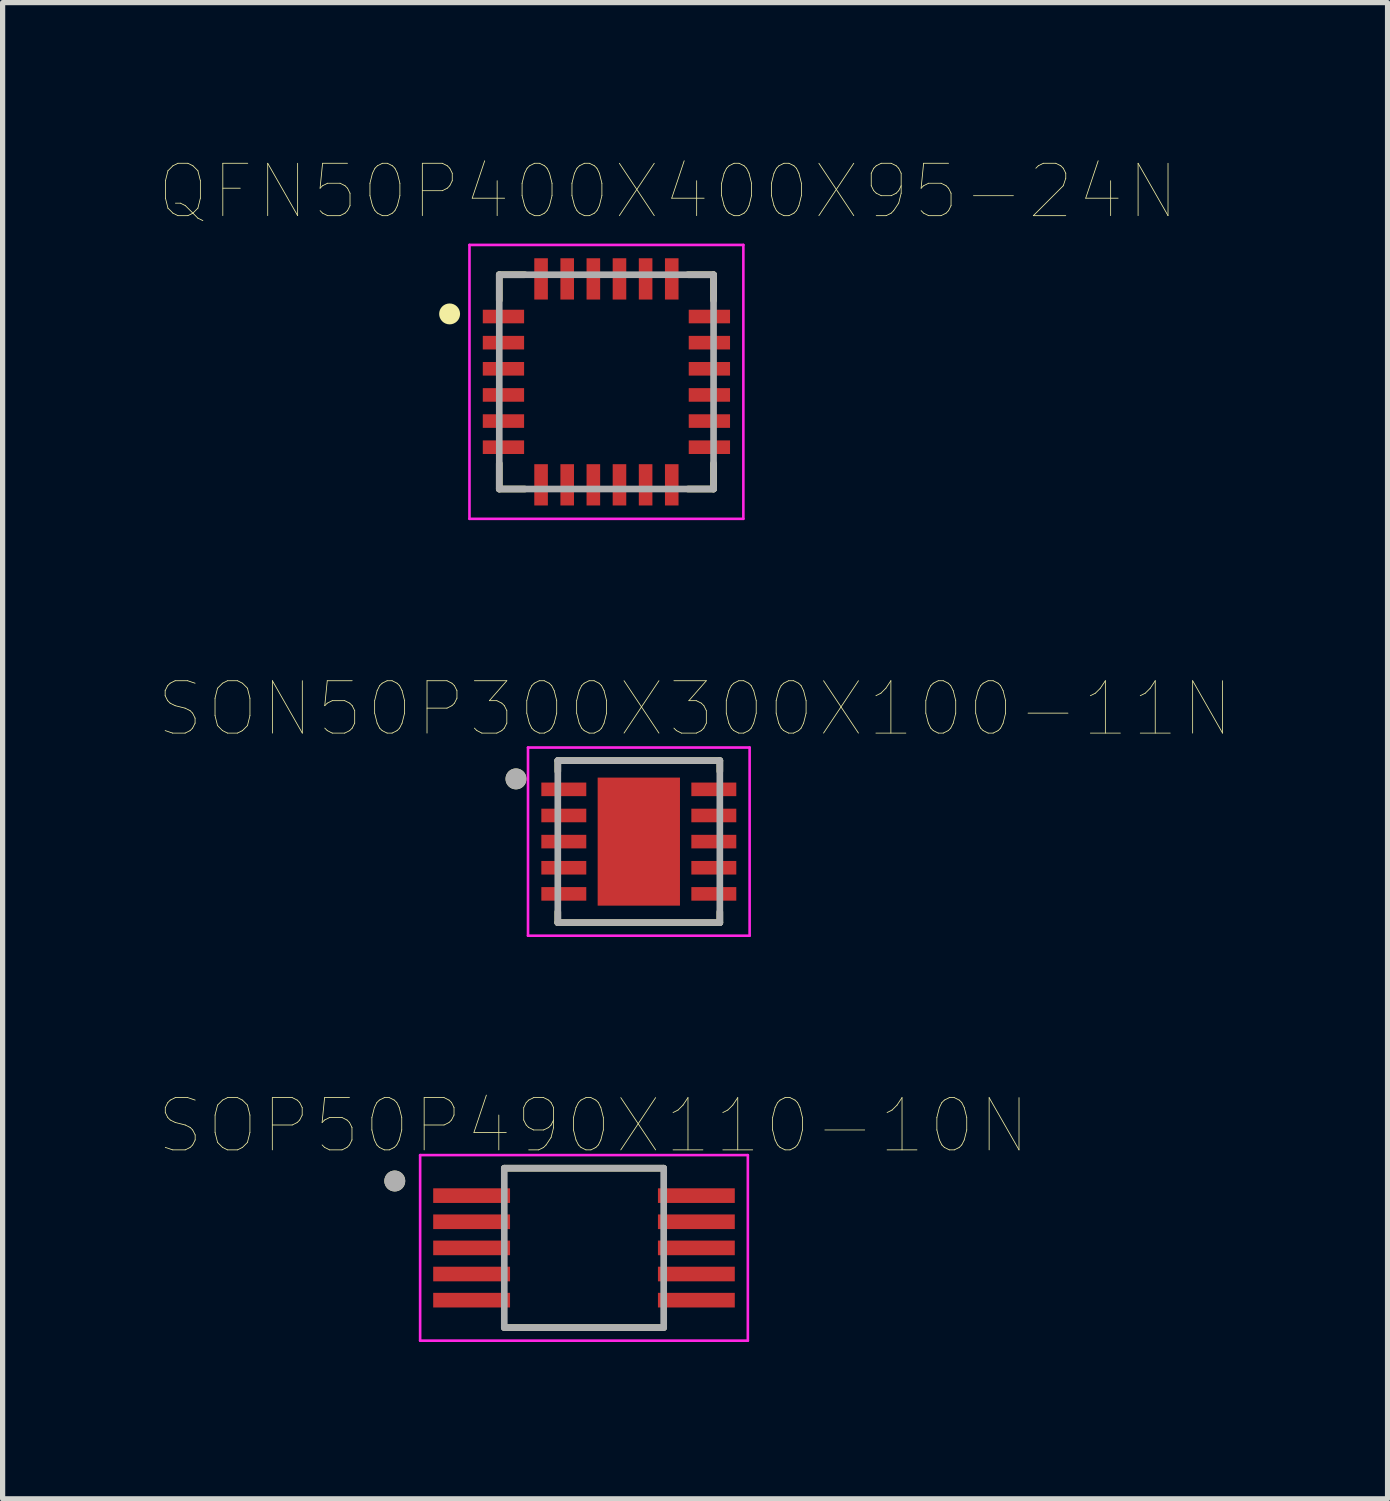
<source format=kicad_pcb>
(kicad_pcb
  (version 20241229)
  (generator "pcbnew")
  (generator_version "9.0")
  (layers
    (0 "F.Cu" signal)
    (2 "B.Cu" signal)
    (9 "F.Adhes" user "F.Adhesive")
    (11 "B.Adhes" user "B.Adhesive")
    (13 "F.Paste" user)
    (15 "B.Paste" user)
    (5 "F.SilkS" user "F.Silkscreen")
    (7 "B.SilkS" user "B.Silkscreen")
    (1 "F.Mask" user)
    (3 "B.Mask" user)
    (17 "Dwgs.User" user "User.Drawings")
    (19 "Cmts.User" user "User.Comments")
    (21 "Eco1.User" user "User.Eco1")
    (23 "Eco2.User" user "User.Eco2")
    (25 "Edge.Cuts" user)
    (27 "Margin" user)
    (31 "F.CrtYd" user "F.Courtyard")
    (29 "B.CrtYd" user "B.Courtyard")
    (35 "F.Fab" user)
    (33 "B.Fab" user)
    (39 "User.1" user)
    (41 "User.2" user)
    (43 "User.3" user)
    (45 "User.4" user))
  (footprint "QFN50P400X400X95-24N"
    (layer "F.Cu")
    (at 8.552 4.256)
    (property "Reference" "QFN50P400X400X95-24N" (at 1.178 -3.643 0) (layer "F.SilkS") (effects (font (size 1.002 1.002) (thickness 0.015))))
    (attr through_hole)
    (fp_line (start -2.05 -1.56) (end -2.05 -2.05) (stroke (width 0.127) (type solid)) (layer "F.SilkS"))
    (fp_line (start -2.05 2.05) (end -2.05 1.56) (stroke (width 0.127) (type solid)) (layer "F.SilkS"))
    (fp_line (start -1.56 -2.05) (end -2.05 -2.05) (stroke (width 0.127) (type solid)) (layer "F.SilkS"))
    (fp_line (start -1.56 2.05) (end -2.05 2.05) (stroke (width 0.127) (type solid)) (layer "F.SilkS"))
    (fp_line (start 1.56 -2.05) (end 2.05 -2.05) (stroke (width 0.127) (type solid)) (layer "F.SilkS"))
    (fp_line (start 2.05 -2.05) (end 2.05 -1.56) (stroke (width 0.127) (type solid)) (layer "F.SilkS"))
    (fp_line (start 2.05 1.56) (end 2.05 2.05) (stroke (width 0.127) (type solid)) (layer "F.SilkS"))
    (fp_line (start 2.05 2.05) (end 1.56 2.05) (stroke (width 0.127) (type solid)) (layer "F.SilkS"))
    (fp_circle (center -3 -1.3) (end -2.9 -1.3) (stroke (width 0.2) (type solid)) (fill no) (layer "F.SilkS"))
    (fp_line (start -2.62 -2.62) (end 2.62 -2.62) (stroke (width 0.05) (type solid)) (layer "F.CrtYd"))
    (fp_line (start -2.62 2.62) (end -2.62 -2.62) (stroke (width 0.05) (type solid)) (layer "F.CrtYd"))
    (fp_line (start 2.62 -2.62) (end 2.62 2.62) (stroke (width 0.05) (type solid)) (layer "F.CrtYd"))
    (fp_line (start 2.62 2.62) (end -2.62 2.62) (stroke (width 0.05) (type solid)) (layer "F.CrtYd"))
    (fp_line (start -2.05 -2.05) (end -2.05 2.05) (stroke (width 0.127) (type solid)) (layer "F.Fab"))
    (fp_line (start 2.05 -2.05) (end -2.05 -2.05) (stroke (width 0.127) (type solid)) (layer "F.Fab"))
    (fp_line (start 2.05 -2.05) (end 2.05 2.05) (stroke (width 0.127) (type solid)) (layer "F.Fab"))
    (fp_line (start 2.05 2.05) (end -2.05 2.05) (stroke (width 0.127) (type solid)) (layer "F.Fab"))
    (pad "1" smd rect (at -1.97 -1.25) (size 0.79 0.26) (layers "F.Cu" "F.Mask" "F.Paste"))
    (pad "2" smd rect (at -1.97 -0.75) (size 0.79 0.26) (layers "F.Cu" "F.Mask" "F.Paste"))
    (pad "3" smd rect (at -1.97 -0.25) (size 0.79 0.26) (layers "F.Cu" "F.Mask" "F.Paste"))
    (pad "4" smd rect (at -1.97 0.25) (size 0.79 0.26) (layers "F.Cu" "F.Mask" "F.Paste"))
    (pad "5" smd rect (at -1.97 0.75) (size 0.79 0.26) (layers "F.Cu" "F.Mask" "F.Paste"))
    (pad "6" smd rect (at -1.97 1.25) (size 0.79 0.26) (layers "F.Cu" "F.Mask" "F.Paste"))
    (pad "7" smd rect (at -1.25 1.97) (size 0.26 0.79) (layers "F.Cu" "F.Mask" "F.Paste"))
    (pad "8" smd rect (at -0.75 1.97) (size 0.26 0.79) (layers "F.Cu" "F.Mask" "F.Paste"))
    (pad "9" smd rect (at -0.25 1.97) (size 0.26 0.79) (layers "F.Cu" "F.Mask" "F.Paste"))
    (pad "10" smd rect (at 0.25 1.97) (size 0.26 0.79) (layers "F.Cu" "F.Mask" "F.Paste"))
    (pad "11" smd rect (at 0.75 1.97) (size 0.26 0.79) (layers "F.Cu" "F.Mask" "F.Paste"))
    (pad "12" smd rect (at 1.25 1.97) (size 0.26 0.79) (layers "F.Cu" "F.Mask" "F.Paste"))
    (pad "13" smd rect (at 1.97 1.25) (size 0.79 0.26) (layers "F.Cu" "F.Mask" "F.Paste"))
    (pad "14" smd rect (at 1.97 0.75) (size 0.79 0.26) (layers "F.Cu" "F.Mask" "F.Paste"))
    (pad "15" smd rect (at 1.97 0.25) (size 0.79 0.26) (layers "F.Cu" "F.Mask" "F.Paste"))
    (pad "16" smd rect (at 1.97 -0.25) (size 0.79 0.26) (layers "F.Cu" "F.Mask" "F.Paste"))
    (pad "17" smd rect (at 1.97 -0.75) (size 0.79 0.26) (layers "F.Cu" "F.Mask" "F.Paste"))
    (pad "18" smd rect (at 1.97 -1.25) (size 0.79 0.26) (layers "F.Cu" "F.Mask" "F.Paste"))
    (pad "19" smd rect (at 1.25 -1.97) (size 0.26 0.79) (layers "F.Cu" "F.Mask" "F.Paste"))
    (pad "20" smd rect (at 0.75 -1.97) (size 0.26 0.79) (layers "F.Cu" "F.Mask" "F.Paste"))
    (pad "21" smd rect (at 0.25 -1.97) (size 0.26 0.79) (layers "F.Cu" "F.Mask" "F.Paste"))
    (pad "22" smd rect (at -0.25 -1.97) (size 0.26 0.79) (layers "F.Cu" "F.Mask" "F.Paste"))
    (pad "23" smd rect (at -0.75 -1.97) (size 0.26 0.79) (layers "F.Cu" "F.Mask" "F.Paste"))
    (pad "24" smd rect (at -1.25 -1.97) (size 0.26 0.79) (layers "F.Cu" "F.Mask" "F.Paste")))
  (footprint "SON50P300X300X100-11N"
    (layer "F.Cu")
    (at 9.172 13.052)
    (property "Reference" "SON50P300X300X100-11N" (at 1.077 -2.539 0) (layer "F.SilkS") (effects (font (size 1.002 1.002) (thickness 0.015))))
    (attr through_hole)
    (fp_line (start -1.55 -1.55) (end -1.55 -1.345) (stroke (width 0.127) (type solid)) (layer "F.SilkS"))
    (fp_line (start -1.55 1.55) (end -1.55 1.345) (stroke (width 0.127) (type solid)) (layer "F.SilkS"))
    (fp_line (start -1.55 1.55) (end 1.55 1.55) (stroke (width 0.127) (type solid)) (layer "F.SilkS"))
    (fp_line (start 1.55 -1.55) (end -1.55 -1.55) (stroke (width 0.127) (type solid)) (layer "F.SilkS"))
    (fp_line (start 1.55 -1.55) (end 1.55 -1.345) (stroke (width 0.127) (type solid)) (layer "F.SilkS"))
    (fp_line (start 1.55 1.55) (end 1.55 1.345) (stroke (width 0.127) (type solid)) (layer "F.SilkS"))
    (fp_circle (center -2.35 -1.2) (end -2.25 -1.2) (stroke (width 0.2) (type solid)) (fill no) (layer "F.SilkS"))
    (fp_poly (pts (xy -0.501 -0.8) (xy 0.5 -0.8) (xy 0.5 0.802) (xy -0.501 0.802)) (stroke (width 0.01) (type solid)) (fill yes) (layer "F.Paste"))
    (fp_line (start -2.12 -1.8) (end 2.12 -1.8) (stroke (width 0.05) (type solid)) (layer "F.CrtYd"))
    (fp_line (start -2.12 1.8) (end -2.12 -1.8) (stroke (width 0.05) (type solid)) (layer "F.CrtYd"))
    (fp_line (start 2.12 -1.8) (end 2.12 1.8) (stroke (width 0.05) (type solid)) (layer "F.CrtYd"))
    (fp_line (start 2.12 1.8) (end -2.12 1.8) (stroke (width 0.05) (type solid)) (layer "F.CrtYd"))
    (fp_line (start -1.55 -1.55) (end -1.55 1.55) (stroke (width 0.127) (type solid)) (layer "F.Fab"))
    (fp_line (start -1.55 1.55) (end 1.55 1.55) (stroke (width 0.127) (type solid)) (layer "F.Fab"))
    (fp_line (start 1.55 -1.55) (end -1.55 -1.55) (stroke (width 0.127) (type solid)) (layer "F.Fab"))
    (fp_line (start 1.55 1.55) (end 1.55 -1.55) (stroke (width 0.127) (type solid)) (layer "F.Fab"))
    (fp_circle (center -2.35 -1.2) (end -2.25 -1.2) (stroke (width 0.2) (type solid)) (fill no) (layer "F.Fab"))
    (pad "1" smd rect (at -1.435 -1) (size 0.86 0.26) (layers "F.Cu" "F.Mask" "F.Paste"))
    (pad "2" smd rect (at -1.435 -0.5) (size 0.86 0.26) (layers "F.Cu" "F.Mask" "F.Paste"))
    (pad "3" smd rect (at -1.435 0) (size 0.86 0.26) (layers "F.Cu" "F.Mask" "F.Paste"))
    (pad "4" smd rect (at -1.435 0.5) (size 0.86 0.26) (layers "F.Cu" "F.Mask" "F.Paste"))
    (pad "5" smd rect (at -1.435 1) (size 0.86 0.26) (layers "F.Cu" "F.Mask" "F.Paste"))
    (pad "6" smd rect (at 1.435 1) (size 0.86 0.26) (layers "F.Cu" "F.Mask" "F.Paste"))
    (pad "7" smd rect (at 1.435 0.5) (size 0.86 0.26) (layers "F.Cu" "F.Mask" "F.Paste"))
    (pad "8" smd rect (at 1.435 0) (size 0.86 0.26) (layers "F.Cu" "F.Mask" "F.Paste"))
    (pad "9" smd rect (at 1.435 -0.5) (size 0.86 0.26) (layers "F.Cu" "F.Mask" "F.Paste"))
    (pad "10" smd rect (at 1.435 -1) (size 0.86 0.26) (layers "F.Cu" "F.Mask" "F.Paste"))
    (pad "11" smd rect (at 0 0) (size 1.575 2.45) (layers "F.Cu" "F.Mask")))
  (footprint "SOP50P490X110-10N"
    (layer "F.Cu")
    (at 8.123 20.825)
    (property "Reference" "SOP50P490X110-10N" (at 0.18 -2.337 0) (layer "F.SilkS") (effects (font (size 1 1) (thickness 0.015))))
    (attr through_hole)
    (fp_line (start -1.525 -1.525) (end 1.525 -1.525) (stroke (width 0.127) (type solid)) (layer "F.SilkS"))
    (fp_line (start -1.525 1.525) (end 1.525 1.525) (stroke (width 0.127) (type solid)) (layer "F.SilkS"))
    (fp_circle (center -3.62 -1.28) (end -3.52 -1.28) (stroke (width 0.2) (type solid)) (fill no) (layer "F.SilkS"))
    (fp_line (start -3.135 -1.775) (end -3.135 1.775) (stroke (width 0.05) (type solid)) (layer "F.CrtYd"))
    (fp_line (start -3.135 -1.775) (end 3.135 -1.775) (stroke (width 0.05) (type solid)) (layer "F.CrtYd"))
    (fp_line (start -3.135 1.775) (end 3.135 1.775) (stroke (width 0.05) (type solid)) (layer "F.CrtYd"))
    (fp_line (start 3.135 -1.775) (end 3.135 1.775) (stroke (width 0.05) (type solid)) (layer "F.CrtYd"))
    (fp_line (start -1.525 -1.525) (end -1.525 1.525) (stroke (width 0.127) (type solid)) (layer "F.Fab"))
    (fp_line (start -1.525 -1.525) (end 1.525 -1.525) (stroke (width 0.127) (type solid)) (layer "F.Fab"))
    (fp_line (start -1.525 1.525) (end 1.525 1.525) (stroke (width 0.127) (type solid)) (layer "F.Fab"))
    (fp_line (start 1.525 -1.525) (end 1.525 1.525) (stroke (width 0.127) (type solid)) (layer "F.Fab"))
    (fp_circle (center -3.62 -1.28) (end -3.52 -1.28) (stroke (width 0.2) (type solid)) (fill no) (layer "F.Fab"))
    (pad "1" smd rect (at -2.15 -1) (size 1.47 0.28) (layers "F.Cu" "F.Mask" "F.Paste"))
    (pad "2" smd rect (at -2.15 -0.5) (size 1.47 0.28) (layers "F.Cu" "F.Mask" "F.Paste"))
    (pad "3" smd rect (at -2.15 0) (size 1.47 0.28) (layers "F.Cu" "F.Mask" "F.Paste"))
    (pad "4" smd rect (at -2.15 0.5) (size 1.47 0.28) (layers "F.Cu" "F.Mask" "F.Paste"))
    (pad "5" smd rect (at -2.15 1) (size 1.47 0.28) (layers "F.Cu" "F.Mask" "F.Paste"))
    (pad "6" smd rect (at 2.15 1) (size 1.47 0.28) (layers "F.Cu" "F.Mask" "F.Paste"))
    (pad "7" smd rect (at 2.15 0.5) (size 1.47 0.28) (layers "F.Cu" "F.Mask" "F.Paste"))
    (pad "8" smd rect (at 2.15 0) (size 1.47 0.28) (layers "F.Cu" "F.Mask" "F.Paste"))
    (pad "9" smd rect (at 2.15 -0.5) (size 1.47 0.28) (layers "F.Cu" "F.Mask" "F.Paste"))
    (pad "10" smd rect (at 2.15 -1) (size 1.47 0.28) (layers "F.Cu" "F.Mask" "F.Paste")))
  (gr_rect
    (start -3 -3)
    (end 23.497 25.625)
    (stroke (width 0.1) (type default))
    (fill no)
    (layer "Edge.Cuts")))
</source>
